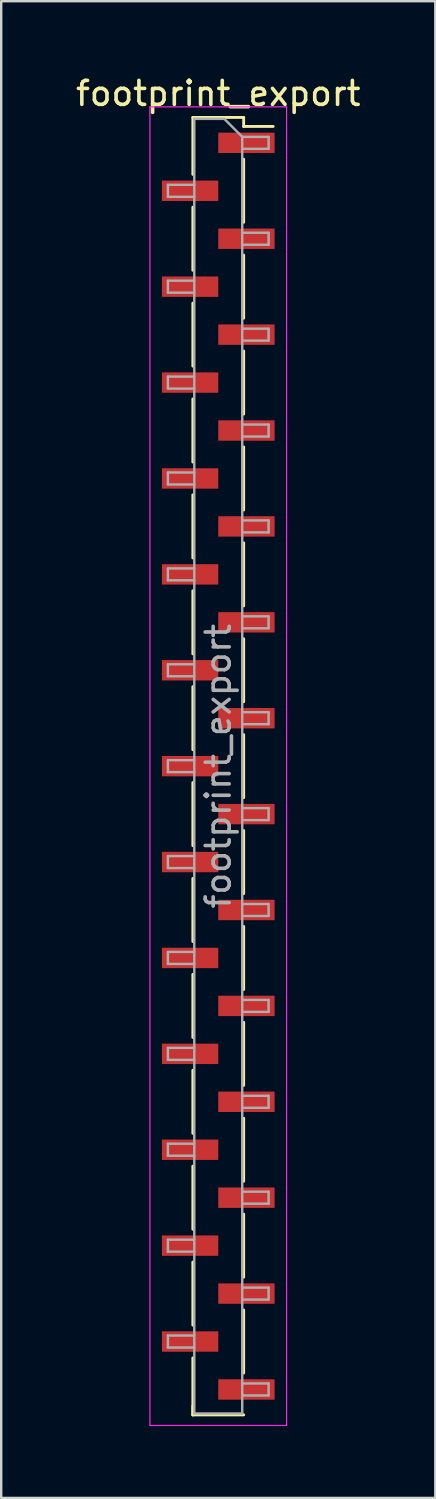
<source format=kicad_pcb>
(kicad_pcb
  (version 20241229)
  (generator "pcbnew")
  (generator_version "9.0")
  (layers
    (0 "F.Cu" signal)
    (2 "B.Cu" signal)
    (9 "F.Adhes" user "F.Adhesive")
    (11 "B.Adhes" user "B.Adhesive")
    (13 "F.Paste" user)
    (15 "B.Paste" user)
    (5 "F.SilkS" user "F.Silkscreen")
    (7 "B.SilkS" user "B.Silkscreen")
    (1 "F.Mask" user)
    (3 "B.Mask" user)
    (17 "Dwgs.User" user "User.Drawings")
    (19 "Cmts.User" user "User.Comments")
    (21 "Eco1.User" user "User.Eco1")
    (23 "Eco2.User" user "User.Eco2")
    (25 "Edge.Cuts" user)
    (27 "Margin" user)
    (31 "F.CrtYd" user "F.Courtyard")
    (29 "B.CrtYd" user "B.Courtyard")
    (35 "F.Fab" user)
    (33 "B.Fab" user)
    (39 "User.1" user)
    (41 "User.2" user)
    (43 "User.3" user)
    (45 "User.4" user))
  (footprint "footprint_export"
    (layer "F.Cu")
    (at 6.054 28.908)
    (property "Reference" "footprint_export" (at 0 -28.06 0) (layer "F.SilkS") (effects (font (size 1 1) (thickness 0.15))))
    (attr smd)
    (fp_line (start -1.06 -27.06) (end -1.06 -24.685) (stroke (width 0.12) (type solid)) (layer "F.SilkS"))
    (fp_line (start -1.06 -27.06) (end 1.06 -27.06) (stroke (width 0.12) (type solid)) (layer "F.SilkS"))
    (fp_line (start -1.06 -23.315) (end -1.06 -20.685) (stroke (width 0.12) (type solid)) (layer "F.SilkS"))
    (fp_line (start -1.06 -19.315) (end -1.06 -16.685) (stroke (width 0.12) (type solid)) (layer "F.SilkS"))
    (fp_line (start -1.06 -15.315) (end -1.06 -12.685) (stroke (width 0.12) (type solid)) (layer "F.SilkS"))
    (fp_line (start -1.06 -11.315) (end -1.06 -8.685) (stroke (width 0.12) (type solid)) (layer "F.SilkS"))
    (fp_line (start -1.06 -7.315) (end -1.06 -4.685) (stroke (width 0.12) (type solid)) (layer "F.SilkS"))
    (fp_line (start -1.06 -3.315) (end -1.06 -0.685) (stroke (width 0.12) (type solid)) (layer "F.SilkS"))
    (fp_line (start -1.06 0.685) (end -1.06 3.315) (stroke (width 0.12) (type solid)) (layer "F.SilkS"))
    (fp_line (start -1.06 4.685) (end -1.06 7.315) (stroke (width 0.12) (type solid)) (layer "F.SilkS"))
    (fp_line (start -1.06 8.685) (end -1.06 11.315) (stroke (width 0.12) (type solid)) (layer "F.SilkS"))
    (fp_line (start -1.06 12.685) (end -1.06 15.315) (stroke (width 0.12) (type solid)) (layer "F.SilkS"))
    (fp_line (start -1.06 16.685) (end -1.06 19.315) (stroke (width 0.12) (type solid)) (layer "F.SilkS"))
    (fp_line (start -1.06 20.685) (end -1.06 23.315) (stroke (width 0.12) (type solid)) (layer "F.SilkS"))
    (fp_line (start -1.06 24.685) (end -1.06 27.06) (stroke (width 0.12) (type solid)) (layer "F.SilkS"))
    (fp_line (start -1.06 26.685) (end -1.06 27.06) (stroke (width 0.12) (type solid)) (layer "F.SilkS"))
    (fp_line (start -1.06 27.06) (end 1.06 27.06) (stroke (width 0.12) (type solid)) (layer "F.SilkS"))
    (fp_line (start 1.06 -27.06) (end 1.06 -26.685) (stroke (width 0.12) (type solid)) (layer "F.SilkS"))
    (fp_line (start 1.06 -26.685) (end 2.29 -26.685) (stroke (width 0.12) (type solid)) (layer "F.SilkS"))
    (fp_line (start 1.06 -25.315) (end 1.06 -22.685) (stroke (width 0.12) (type solid)) (layer "F.SilkS"))
    (fp_line (start 1.06 -21.315) (end 1.06 -18.685) (stroke (width 0.12) (type solid)) (layer "F.SilkS"))
    (fp_line (start 1.06 -17.315) (end 1.06 -14.685) (stroke (width 0.12) (type solid)) (layer "F.SilkS"))
    (fp_line (start 1.06 -13.315) (end 1.06 -10.685) (stroke (width 0.12) (type solid)) (layer "F.SilkS"))
    (fp_line (start 1.06 -9.315) (end 1.06 -6.685) (stroke (width 0.12) (type solid)) (layer "F.SilkS"))
    (fp_line (start 1.06 -5.315) (end 1.06 -2.685) (stroke (width 0.12) (type solid)) (layer "F.SilkS"))
    (fp_line (start 1.06 -1.315) (end 1.06 1.315) (stroke (width 0.12) (type solid)) (layer "F.SilkS"))
    (fp_line (start 1.06 2.685) (end 1.06 5.315) (stroke (width 0.12) (type solid)) (layer "F.SilkS"))
    (fp_line (start 1.06 6.685) (end 1.06 9.315) (stroke (width 0.12) (type solid)) (layer "F.SilkS"))
    (fp_line (start 1.06 10.685) (end 1.06 13.315) (stroke (width 0.12) (type solid)) (layer "F.SilkS"))
    (fp_line (start 1.06 14.685) (end 1.06 17.315) (stroke (width 0.12) (type solid)) (layer "F.SilkS"))
    (fp_line (start 1.06 18.685) (end 1.06 21.315) (stroke (width 0.12) (type solid)) (layer "F.SilkS"))
    (fp_line (start 1.06 22.685) (end 1.06 25.315) (stroke (width 0.12) (type solid)) (layer "F.SilkS"))
    (fp_line (start -2.85 -27.5) (end -2.85 27.5) (stroke (width 0.05) (type solid)) (layer "F.CrtYd"))
    (fp_line (start -2.85 27.5) (end 2.85 27.5) (stroke (width 0.05) (type solid)) (layer "F.CrtYd"))
    (fp_line (start 2.85 -27.5) (end -2.85 -27.5) (stroke (width 0.05) (type solid)) (layer "F.CrtYd"))
    (fp_line (start 2.85 27.5) (end 2.85 -27.5) (stroke (width 0.05) (type solid)) (layer "F.CrtYd"))
    (fp_line (start -2.1 -24.25) (end -2.1 -23.75) (stroke (width 0.1) (type solid)) (layer "F.Fab"))
    (fp_line (start -2.1 -23.75) (end -1 -23.75) (stroke (width 0.1) (type solid)) (layer "F.Fab"))
    (fp_line (start -2.1 -20.25) (end -2.1 -19.75) (stroke (width 0.1) (type solid)) (layer "F.Fab"))
    (fp_line (start -2.1 -19.75) (end -1 -19.75) (stroke (width 0.1) (type solid)) (layer "F.Fab"))
    (fp_line (start -2.1 -16.25) (end -2.1 -15.75) (stroke (width 0.1) (type solid)) (layer "F.Fab"))
    (fp_line (start -2.1 -15.75) (end -1 -15.75) (stroke (width 0.1) (type solid)) (layer "F.Fab"))
    (fp_line (start -2.1 -12.25) (end -2.1 -11.75) (stroke (width 0.1) (type solid)) (layer "F.Fab"))
    (fp_line (start -2.1 -11.75) (end -1 -11.75) (stroke (width 0.1) (type solid)) (layer "F.Fab"))
    (fp_line (start -2.1 -8.25) (end -2.1 -7.75) (stroke (width 0.1) (type solid)) (layer "F.Fab"))
    (fp_line (start -2.1 -7.75) (end -1 -7.75) (stroke (width 0.1) (type solid)) (layer "F.Fab"))
    (fp_line (start -2.1 -4.25) (end -2.1 -3.75) (stroke (width 0.1) (type solid)) (layer "F.Fab"))
    (fp_line (start -2.1 -3.75) (end -1 -3.75) (stroke (width 0.1) (type solid)) (layer "F.Fab"))
    (fp_line (start -2.1 -0.25) (end -2.1 0.25) (stroke (width 0.1) (type solid)) (layer "F.Fab"))
    (fp_line (start -2.1 0.25) (end -1 0.25) (stroke (width 0.1) (type solid)) (layer "F.Fab"))
    (fp_line (start -2.1 3.75) (end -2.1 4.25) (stroke (width 0.1) (type solid)) (layer "F.Fab"))
    (fp_line (start -2.1 4.25) (end -1 4.25) (stroke (width 0.1) (type solid)) (layer "F.Fab"))
    (fp_line (start -2.1 7.75) (end -2.1 8.25) (stroke (width 0.1) (type solid)) (layer "F.Fab"))
    (fp_line (start -2.1 8.25) (end -1 8.25) (stroke (width 0.1) (type solid)) (layer "F.Fab"))
    (fp_line (start -2.1 11.75) (end -2.1 12.25) (stroke (width 0.1) (type solid)) (layer "F.Fab"))
    (fp_line (start -2.1 12.25) (end -1 12.25) (stroke (width 0.1) (type solid)) (layer "F.Fab"))
    (fp_line (start -2.1 15.75) (end -2.1 16.25) (stroke (width 0.1) (type solid)) (layer "F.Fab"))
    (fp_line (start -2.1 16.25) (end -1 16.25) (stroke (width 0.1) (type solid)) (layer "F.Fab"))
    (fp_line (start -2.1 19.75) (end -2.1 20.25) (stroke (width 0.1) (type solid)) (layer "F.Fab"))
    (fp_line (start -2.1 20.25) (end -1 20.25) (stroke (width 0.1) (type solid)) (layer "F.Fab"))
    (fp_line (start -2.1 23.75) (end -2.1 24.25) (stroke (width 0.1) (type solid)) (layer "F.Fab"))
    (fp_line (start -2.1 24.25) (end -1 24.25) (stroke (width 0.1) (type solid)) (layer "F.Fab"))
    (fp_line (start -1 -27) (end -1 27) (stroke (width 0.1) (type solid)) (layer "F.Fab"))
    (fp_line (start -1 -27) (end 0.25 -27) (stroke (width 0.1) (type solid)) (layer "F.Fab"))
    (fp_line (start -1 -24.25) (end -2.1 -24.25) (stroke (width 0.1) (type solid)) (layer "F.Fab"))
    (fp_line (start -1 -20.25) (end -2.1 -20.25) (stroke (width 0.1) (type solid)) (layer "F.Fab"))
    (fp_line (start -1 -16.25) (end -2.1 -16.25) (stroke (width 0.1) (type solid)) (layer "F.Fab"))
    (fp_line (start -1 -12.25) (end -2.1 -12.25) (stroke (width 0.1) (type solid)) (layer "F.Fab"))
    (fp_line (start -1 -8.25) (end -2.1 -8.25) (stroke (width 0.1) (type solid)) (layer "F.Fab"))
    (fp_line (start -1 -4.25) (end -2.1 -4.25) (stroke (width 0.1) (type solid)) (layer "F.Fab"))
    (fp_line (start -1 -0.25) (end -2.1 -0.25) (stroke (width 0.1) (type solid)) (layer "F.Fab"))
    (fp_line (start -1 3.75) (end -2.1 3.75) (stroke (width 0.1) (type solid)) (layer "F.Fab"))
    (fp_line (start -1 7.75) (end -2.1 7.75) (stroke (width 0.1) (type solid)) (layer "F.Fab"))
    (fp_line (start -1 11.75) (end -2.1 11.75) (stroke (width 0.1) (type solid)) (layer "F.Fab"))
    (fp_line (start -1 15.75) (end -2.1 15.75) (stroke (width 0.1) (type solid)) (layer "F.Fab"))
    (fp_line (start -1 19.75) (end -2.1 19.75) (stroke (width 0.1) (type solid)) (layer "F.Fab"))
    (fp_line (start -1 23.75) (end -2.1 23.75) (stroke (width 0.1) (type solid)) (layer "F.Fab"))
    (fp_line (start 1 -26.25) (end 0.25 -27) (stroke (width 0.1) (type solid)) (layer "F.Fab"))
    (fp_line (start 1 -26.25) (end 2.1 -26.25) (stroke (width 0.1) (type solid)) (layer "F.Fab"))
    (fp_line (start 1 -22.25) (end 2.1 -22.25) (stroke (width 0.1) (type solid)) (layer "F.Fab"))
    (fp_line (start 1 -18.25) (end 2.1 -18.25) (stroke (width 0.1) (type solid)) (layer "F.Fab"))
    (fp_line (start 1 -14.25) (end 2.1 -14.25) (stroke (width 0.1) (type solid)) (layer "F.Fab"))
    (fp_line (start 1 -10.25) (end 2.1 -10.25) (stroke (width 0.1) (type solid)) (layer "F.Fab"))
    (fp_line (start 1 -6.25) (end 2.1 -6.25) (stroke (width 0.1) (type solid)) (layer "F.Fab"))
    (fp_line (start 1 -2.25) (end 2.1 -2.25) (stroke (width 0.1) (type solid)) (layer "F.Fab"))
    (fp_line (start 1 1.75) (end 2.1 1.75) (stroke (width 0.1) (type solid)) (layer "F.Fab"))
    (fp_line (start 1 5.75) (end 2.1 5.75) (stroke (width 0.1) (type solid)) (layer "F.Fab"))
    (fp_line (start 1 9.75) (end 2.1 9.75) (stroke (width 0.1) (type solid)) (layer "F.Fab"))
    (fp_line (start 1 13.75) (end 2.1 13.75) (stroke (width 0.1) (type solid)) (layer "F.Fab"))
    (fp_line (start 1 17.75) (end 2.1 17.75) (stroke (width 0.1) (type solid)) (layer "F.Fab"))
    (fp_line (start 1 21.75) (end 2.1 21.75) (stroke (width 0.1) (type solid)) (layer "F.Fab"))
    (fp_line (start 1 25.75) (end 2.1 25.75) (stroke (width 0.1) (type solid)) (layer "F.Fab"))
    (fp_line (start 1 27) (end -1 27) (stroke (width 0.1) (type solid)) (layer "F.Fab"))
    (fp_line (start 1 27) (end 1 -26.25) (stroke (width 0.1) (type solid)) (layer "F.Fab"))
    (fp_line (start 2.1 -26.25) (end 2.1 -25.75) (stroke (width 0.1) (type solid)) (layer "F.Fab"))
    (fp_line (start 2.1 -25.75) (end 1 -25.75) (stroke (width 0.1) (type solid)) (layer "F.Fab"))
    (fp_line (start 2.1 -22.25) (end 2.1 -21.75) (stroke (width 0.1) (type solid)) (layer "F.Fab"))
    (fp_line (start 2.1 -21.75) (end 1 -21.75) (stroke (width 0.1) (type solid)) (layer "F.Fab"))
    (fp_line (start 2.1 -18.25) (end 2.1 -17.75) (stroke (width 0.1) (type solid)) (layer "F.Fab"))
    (fp_line (start 2.1 -17.75) (end 1 -17.75) (stroke (width 0.1) (type solid)) (layer "F.Fab"))
    (fp_line (start 2.1 -14.25) (end 2.1 -13.75) (stroke (width 0.1) (type solid)) (layer "F.Fab"))
    (fp_line (start 2.1 -13.75) (end 1 -13.75) (stroke (width 0.1) (type solid)) (layer "F.Fab"))
    (fp_line (start 2.1 -10.25) (end 2.1 -9.75) (stroke (width 0.1) (type solid)) (layer "F.Fab"))
    (fp_line (start 2.1 -9.75) (end 1 -9.75) (stroke (width 0.1) (type solid)) (layer "F.Fab"))
    (fp_line (start 2.1 -6.25) (end 2.1 -5.75) (stroke (width 0.1) (type solid)) (layer "F.Fab"))
    (fp_line (start 2.1 -5.75) (end 1 -5.75) (stroke (width 0.1) (type solid)) (layer "F.Fab"))
    (fp_line (start 2.1 -2.25) (end 2.1 -1.75) (stroke (width 0.1) (type solid)) (layer "F.Fab"))
    (fp_line (start 2.1 -1.75) (end 1 -1.75) (stroke (width 0.1) (type solid)) (layer "F.Fab"))
    (fp_line (start 2.1 1.75) (end 2.1 2.25) (stroke (width 0.1) (type solid)) (layer "F.Fab"))
    (fp_line (start 2.1 2.25) (end 1 2.25) (stroke (width 0.1) (type solid)) (layer "F.Fab"))
    (fp_line (start 2.1 5.75) (end 2.1 6.25) (stroke (width 0.1) (type solid)) (layer "F.Fab"))
    (fp_line (start 2.1 6.25) (end 1 6.25) (stroke (width 0.1) (type solid)) (layer "F.Fab"))
    (fp_line (start 2.1 9.75) (end 2.1 10.25) (stroke (width 0.1) (type solid)) (layer "F.Fab"))
    (fp_line (start 2.1 10.25) (end 1 10.25) (stroke (width 0.1) (type solid)) (layer "F.Fab"))
    (fp_line (start 2.1 13.75) (end 2.1 14.25) (stroke (width 0.1) (type solid)) (layer "F.Fab"))
    (fp_line (start 2.1 14.25) (end 1 14.25) (stroke (width 0.1) (type solid)) (layer "F.Fab"))
    (fp_line (start 2.1 17.75) (end 2.1 18.25) (stroke (width 0.1) (type solid)) (layer "F.Fab"))
    (fp_line (start 2.1 18.25) (end 1 18.25) (stroke (width 0.1) (type solid)) (layer "F.Fab"))
    (fp_line (start 2.1 21.75) (end 2.1 22.25) (stroke (width 0.1) (type solid)) (layer "F.Fab"))
    (fp_line (start 2.1 22.25) (end 1 22.25) (stroke (width 0.1) (type solid)) (layer "F.Fab"))
    (fp_line (start 2.1 25.75) (end 2.1 26.25) (stroke (width 0.1) (type solid)) (layer "F.Fab"))
    (fp_line (start 2.1 26.25) (end 1 26.25) (stroke (width 0.1) (type solid)) (layer "F.Fab"))
    (fp_text user "${REFERENCE}" (at 0 0 90) (layer "F.Fab") (effects (font (size 1 1) (thickness 0.15))))
    (pad "1" smd rect (at 1.175 -26) (size 2.35 0.85) (layers "F.Cu" "F.Mask" "F.Paste"))
    (pad "2" smd rect (at -1.175 -24) (size 2.35 0.85) (layers "F.Cu" "F.Mask" "F.Paste"))
    (pad "3" smd rect (at 1.175 -22) (size 2.35 0.85) (layers "F.Cu" "F.Mask" "F.Paste"))
    (pad "4" smd rect (at -1.175 -20) (size 2.35 0.85) (layers "F.Cu" "F.Mask" "F.Paste"))
    (pad "5" smd rect (at 1.175 -18) (size 2.35 0.85) (layers "F.Cu" "F.Mask" "F.Paste"))
    (pad "6" smd rect (at -1.175 -16) (size 2.35 0.85) (layers "F.Cu" "F.Mask" "F.Paste"))
    (pad "7" smd rect (at 1.175 -14) (size 2.35 0.85) (layers "F.Cu" "F.Mask" "F.Paste"))
    (pad "8" smd rect (at -1.175 -12) (size 2.35 0.85) (layers "F.Cu" "F.Mask" "F.Paste"))
    (pad "9" smd rect (at 1.175 -10) (size 2.35 0.85) (layers "F.Cu" "F.Mask" "F.Paste"))
    (pad "10" smd rect (at -1.175 -8) (size 2.35 0.85) (layers "F.Cu" "F.Mask" "F.Paste"))
    (pad "11" smd rect (at 1.175 -6) (size 2.35 0.85) (layers "F.Cu" "F.Mask" "F.Paste"))
    (pad "12" smd rect (at -1.175 -4) (size 2.35 0.85) (layers "F.Cu" "F.Mask" "F.Paste"))
    (pad "13" smd rect (at 1.175 -2) (size 2.35 0.85) (layers "F.Cu" "F.Mask" "F.Paste"))
    (pad "14" smd rect (at -1.175 0) (size 2.35 0.85) (layers "F.Cu" "F.Mask" "F.Paste"))
    (pad "15" smd rect (at 1.175 2) (size 2.35 0.85) (layers "F.Cu" "F.Mask" "F.Paste"))
    (pad "16" smd rect (at -1.175 4) (size 2.35 0.85) (layers "F.Cu" "F.Mask" "F.Paste"))
    (pad "17" smd rect (at 1.175 6) (size 2.35 0.85) (layers "F.Cu" "F.Mask" "F.Paste"))
    (pad "18" smd rect (at -1.175 8) (size 2.35 0.85) (layers "F.Cu" "F.Mask" "F.Paste"))
    (pad "19" smd rect (at 1.175 10) (size 2.35 0.85) (layers "F.Cu" "F.Mask" "F.Paste"))
    (pad "20" smd rect (at -1.175 12) (size 2.35 0.85) (layers "F.Cu" "F.Mask" "F.Paste"))
    (pad "21" smd rect (at 1.175 14) (size 2.35 0.85) (layers "F.Cu" "F.Mask" "F.Paste"))
    (pad "22" smd rect (at -1.175 16) (size 2.35 0.85) (layers "F.Cu" "F.Mask" "F.Paste"))
    (pad "23" smd rect (at 1.175 18) (size 2.35 0.85) (layers "F.Cu" "F.Mask" "F.Paste"))
    (pad "24" smd rect (at -1.175 20) (size 2.35 0.85) (layers "F.Cu" "F.Mask" "F.Paste"))
    (pad "25" smd rect (at 1.175 22) (size 2.35 0.85) (layers "F.Cu" "F.Mask" "F.Paste"))
    (pad "26" smd rect (at -1.175 24) (size 2.35 0.85) (layers "F.Cu" "F.Mask" "F.Paste"))
    (pad "27" smd rect (at 1.175 26) (size 2.35 0.85) (layers "F.Cu" "F.Mask" "F.Paste")))
  (gr_rect
    (start -3 -3)
    (end 15.107 59.433)
    (stroke (width 0.1) (type default))
    (fill no)
    (layer "Edge.Cuts")))
</source>
